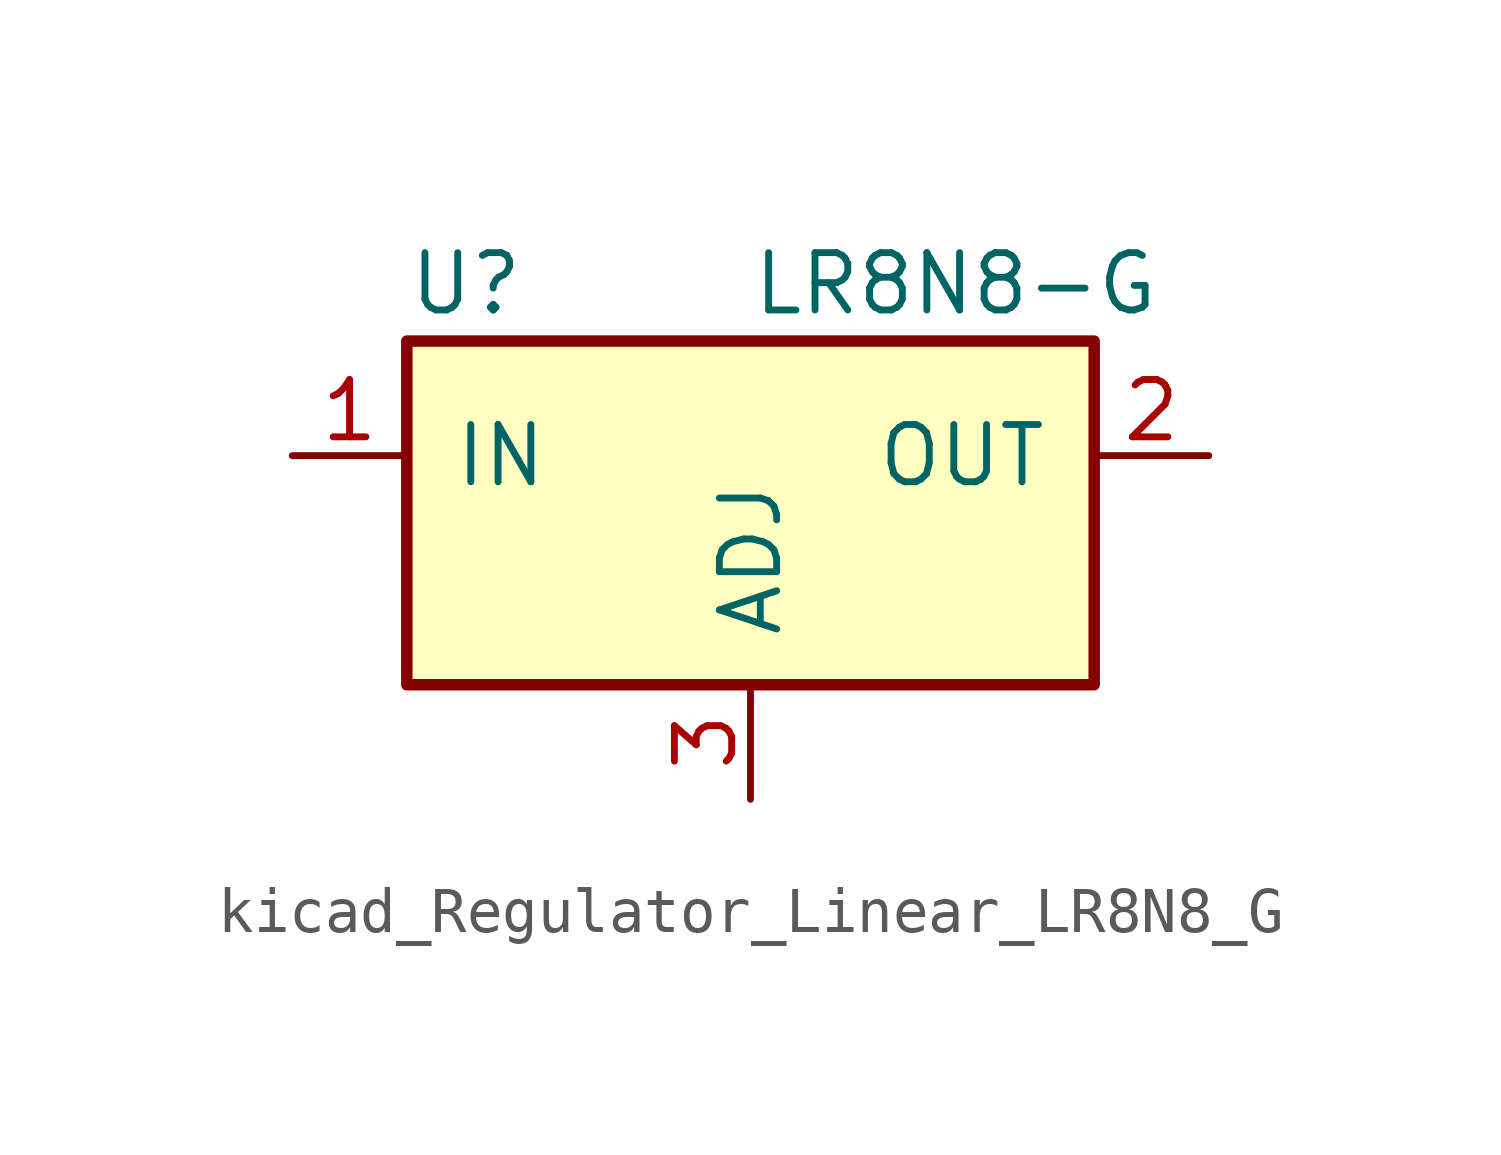
<source format=kicad_sym>
(kicad_symbol_lib
  (version 20220914)
  (generator kicad_symbol_editor)
  (symbol "kicad_Regulator_Linear_LR8N8_G"
    (pin_names
      (offset 1.016))
    (property "Reference" "U"
      (at -7.62 3.81 0)
      (effects (font (size 1.27 1.27)) (justify left)))
    (property "Value" "LR8N8-G"
      (at 0 3.81 0)
      (effects (font (size 1.27 1.27)) (justify left)))
    (symbol "kicad_Regulator_Linear_LR8N8_G_0_1"
      (rectangle (start -7.62 2.54) (end 7.62 -5.08) (stroke (width 0.254) (type default)) (fill (type background))))
    (symbol "kicad_Regulator_Linear_LR8N8_G_1_1"
      (pin input line (at -10.16 0 0) (length 2.54) (name "IN" (effects (font (size 1.27 1.27)))) (number "1" (effects (font (size 1.27 1.27)))))
      (pin power_out line (at 10.16 0 180) (length 2.54) (name "OUT" (effects (font (size 1.27 1.27)))) (number "2" (effects (font (size 1.27 1.27)))))
      (pin input line (at 0 -7.62 90) (length 2.54) (name "ADJ" (effects (font (size 1.27 1.27)))) (number "3" (effects (font (size 1.27 1.27))))))))
</source>
